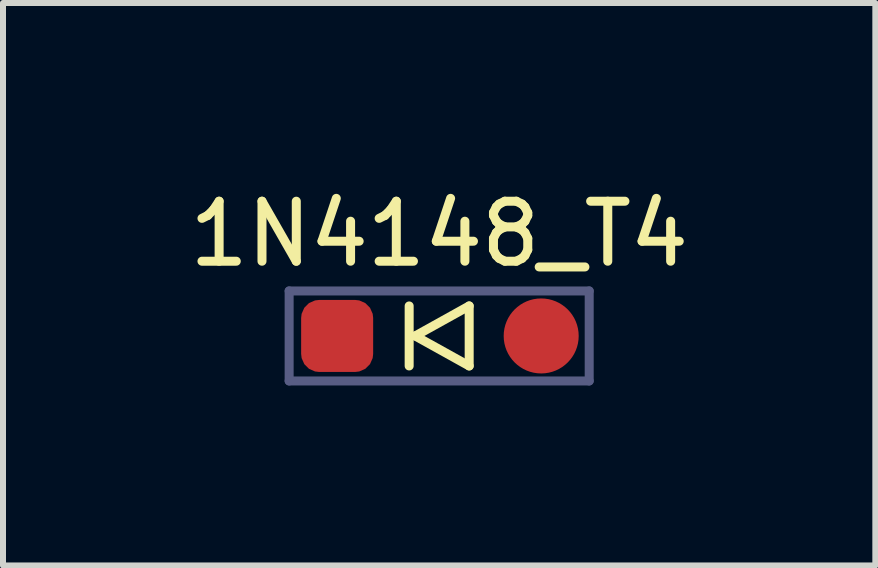
<source format=kicad_pcb>
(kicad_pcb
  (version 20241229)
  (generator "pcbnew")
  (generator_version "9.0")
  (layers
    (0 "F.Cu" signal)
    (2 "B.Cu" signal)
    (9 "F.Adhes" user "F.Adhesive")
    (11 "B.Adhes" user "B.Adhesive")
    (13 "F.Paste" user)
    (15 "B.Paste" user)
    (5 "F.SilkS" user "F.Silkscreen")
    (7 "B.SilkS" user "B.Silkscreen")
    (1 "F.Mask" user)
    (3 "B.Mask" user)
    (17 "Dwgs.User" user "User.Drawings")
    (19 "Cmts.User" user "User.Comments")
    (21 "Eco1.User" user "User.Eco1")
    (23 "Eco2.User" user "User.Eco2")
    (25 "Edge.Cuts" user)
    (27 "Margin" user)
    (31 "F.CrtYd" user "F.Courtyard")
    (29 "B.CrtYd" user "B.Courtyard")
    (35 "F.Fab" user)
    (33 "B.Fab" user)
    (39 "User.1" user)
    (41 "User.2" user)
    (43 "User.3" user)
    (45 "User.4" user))
  (footprint "1N4148_T4"
    (layer "F.Cu")
    (at 4.268 2.548)
    (property "Reference" "1N4148_T4" (at 0 -1.7 180) (layer "F.SilkS") (effects (font (size 1 1) (thickness 0.15))))
    (attr smd)
    (fp_line (start -0.5 -0.5) (end -0.5 0.5) (stroke (width 0.15) (type solid)) (layer "F.SilkS"))
    (fp_line (start -0.4 0) (end 0.5 -0.5) (stroke (width 0.15) (type solid)) (layer "F.SilkS"))
    (fp_line (start 0.5 -0.5) (end 0.5 0.5) (stroke (width 0.15) (type solid)) (layer "F.SilkS"))
    (fp_line (start 0.5 0.5) (end -0.4 0) (stroke (width 0.15) (type solid)) (layer "F.SilkS"))
    (fp_line (start -2.5 -0.75) (end -2.5 0.75) (stroke (width 0.15) (type solid)) (layer "B.Fab"))
    (fp_line (start -2.5 0.75) (end 2.5 0.75) (stroke (width 0.15) (type solid)) (layer "B.Fab"))
    (fp_line (start 2.5 -0.75) (end -2.5 -0.75) (stroke (width 0.15) (type solid)) (layer "B.Fab"))
    (fp_line (start 2.5 -0.75) (end 2.5 0.75) (stroke (width 0.15) (type solid)) (layer "B.Fab"))
    (pad "1" smd roundrect (at -1.7 0) (size 1.2 1.2) (layers "F.Cu" "F.Mask" "F.Paste") (roundrect_rratio 0.25))
    (pad "2" smd circle (at 1.7 0) (size 1.25 1.25) (layers "F.Cu" "F.Mask" "F.Paste")))
  (gr_rect
    (start -3 -3)
    (end 11.536 6.373)
    (stroke (width 0.1) (type default))
    (fill no)
    (layer "Edge.Cuts")))
</source>
